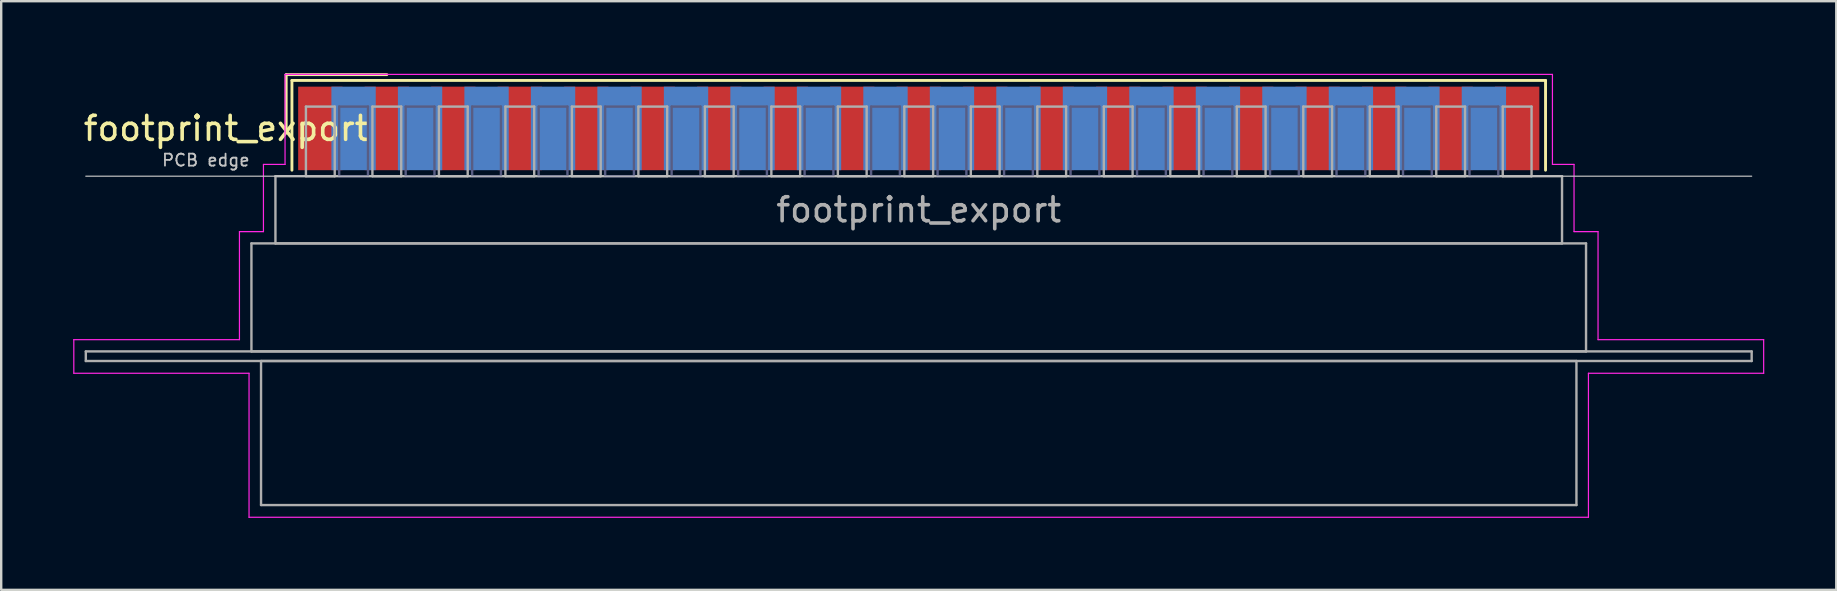
<source format=kicad_pcb>
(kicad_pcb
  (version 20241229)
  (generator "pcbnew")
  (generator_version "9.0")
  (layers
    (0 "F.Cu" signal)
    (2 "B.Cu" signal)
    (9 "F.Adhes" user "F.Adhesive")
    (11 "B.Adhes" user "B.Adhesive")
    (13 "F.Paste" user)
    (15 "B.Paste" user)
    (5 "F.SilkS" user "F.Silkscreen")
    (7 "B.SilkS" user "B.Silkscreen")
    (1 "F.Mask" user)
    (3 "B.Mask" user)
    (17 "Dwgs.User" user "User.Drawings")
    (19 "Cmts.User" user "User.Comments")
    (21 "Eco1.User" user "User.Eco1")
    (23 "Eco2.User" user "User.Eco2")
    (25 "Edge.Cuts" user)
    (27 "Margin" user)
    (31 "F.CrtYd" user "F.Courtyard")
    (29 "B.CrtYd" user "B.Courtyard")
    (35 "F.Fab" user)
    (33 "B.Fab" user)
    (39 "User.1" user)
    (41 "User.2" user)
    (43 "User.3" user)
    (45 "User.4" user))
  (footprint "footprint_export"
    (layer "F.Cu")
    (at 35.225 2.3)
    (property "Reference" "footprint_export" (at -28.853 0 0) (layer "F.SilkS") (effects (font (size 1 1) (thickness 0.15))))
    (attr smd)
    (fp_line (start -26.353 -2.24) (end -22.16 -2.24) (stroke (width 0.12) (type solid)) (layer "F.SilkS"))
    (fp_line (start -26.353 0) (end -26.353 -2.24) (stroke (width 0.12) (type solid)) (layer "F.SilkS"))
    (fp_line (start -26.113 -2) (end -26.113 1.74) (stroke (width 0.12) (type solid)) (layer "F.SilkS"))
    (fp_line (start 26.113 -2) (end -26.113 -2) (stroke (width 0.12) (type solid)) (layer "F.SilkS"))
    (fp_line (start 26.113 1.74) (end 26.113 -2) (stroke (width 0.12) (type solid)) (layer "F.SilkS"))
    (fp_line (start -34.7 1.99) (end 34.7 1.99) (stroke (width 0.05) (type solid)) (layer "Dwgs.User"))
    (fp_line (start -35.2 8.8) (end -28.3 8.8) (stroke (width 0.05) (type solid)) (layer "F.CrtYd"))
    (fp_line (start -35.2 10.2) (end -35.2 8.8) (stroke (width 0.05) (type solid)) (layer "F.CrtYd"))
    (fp_line (start -28.3 4.3) (end -27.3 4.3) (stroke (width 0.05) (type solid)) (layer "F.CrtYd"))
    (fp_line (start -28.3 8.8) (end -28.3 4.3) (stroke (width 0.05) (type solid)) (layer "F.CrtYd"))
    (fp_line (start -27.9 10.2) (end -35.2 10.2) (stroke (width 0.05) (type solid)) (layer "F.CrtYd"))
    (fp_line (start -27.9 16.2) (end -27.9 10.2) (stroke (width 0.05) (type solid)) (layer "F.CrtYd"))
    (fp_line (start -27.3 1.5) (end -26.4 1.5) (stroke (width 0.05) (type solid)) (layer "F.CrtYd"))
    (fp_line (start -27.3 4.3) (end -27.3 1.5) (stroke (width 0.05) (type solid)) (layer "F.CrtYd"))
    (fp_line (start -26.4 -2.25) (end 26.4 -2.25) (stroke (width 0.05) (type solid)) (layer "F.CrtYd"))
    (fp_line (start -26.4 1.5) (end -26.4 -2.25) (stroke (width 0.05) (type solid)) (layer "F.CrtYd"))
    (fp_line (start 26.4 -2.25) (end 26.4 1.5) (stroke (width 0.05) (type solid)) (layer "F.CrtYd"))
    (fp_line (start 26.4 1.5) (end 27.3 1.5) (stroke (width 0.05) (type solid)) (layer "F.CrtYd"))
    (fp_line (start 27.3 1.5) (end 27.3 4.3) (stroke (width 0.05) (type solid)) (layer "F.CrtYd"))
    (fp_line (start 27.3 4.3) (end 28.3 4.3) (stroke (width 0.05) (type solid)) (layer "F.CrtYd"))
    (fp_line (start 27.9 10.2) (end 27.9 16.2) (stroke (width 0.05) (type solid)) (layer "F.CrtYd"))
    (fp_line (start 27.9 16.2) (end -27.9 16.2) (stroke (width 0.05) (type solid)) (layer "F.CrtYd"))
    (fp_line (start 28.3 4.3) (end 28.3 8.8) (stroke (width 0.05) (type solid)) (layer "F.CrtYd"))
    (fp_line (start 28.3 8.8) (end 35.2 8.8) (stroke (width 0.05) (type solid)) (layer "F.CrtYd"))
    (fp_line (start 35.2 8.8) (end 35.2 10.2) (stroke (width 0.05) (type solid)) (layer "F.CrtYd"))
    (fp_line (start 35.2 10.2) (end 27.9 10.2) (stroke (width 0.05) (type solid)) (layer "F.CrtYd"))
    (fp_line (start -24.145 -0.91) (end -24.145 1.99) (stroke (width 0.1) (type solid)) (layer "B.Fab"))
    (fp_line (start -24.145 1.99) (end -22.945 1.99) (stroke (width 0.1) (type solid)) (layer "B.Fab"))
    (fp_line (start -22.945 -0.91) (end -24.145 -0.91) (stroke (width 0.1) (type solid)) (layer "B.Fab"))
    (fp_line (start -22.945 1.99) (end -22.945 -0.91) (stroke (width 0.1) (type solid)) (layer "B.Fab"))
    (fp_line (start -21.375 -0.91) (end -21.375 1.99) (stroke (width 0.1) (type solid)) (layer "B.Fab"))
    (fp_line (start -21.375 1.99) (end -20.175 1.99) (stroke (width 0.1) (type solid)) (layer "B.Fab"))
    (fp_line (start -20.175 -0.91) (end -21.375 -0.91) (stroke (width 0.1) (type solid)) (layer "B.Fab"))
    (fp_line (start -20.175 1.99) (end -20.175 -0.91) (stroke (width 0.1) (type solid)) (layer "B.Fab"))
    (fp_line (start -18.605 -0.91) (end -18.605 1.99) (stroke (width 0.1) (type solid)) (layer "B.Fab"))
    (fp_line (start -18.605 1.99) (end -17.405 1.99) (stroke (width 0.1) (type solid)) (layer "B.Fab"))
    (fp_line (start -17.405 -0.91) (end -18.605 -0.91) (stroke (width 0.1) (type solid)) (layer "B.Fab"))
    (fp_line (start -17.405 1.99) (end -17.405 -0.91) (stroke (width 0.1) (type solid)) (layer "B.Fab"))
    (fp_line (start -15.835 -0.91) (end -15.835 1.99) (stroke (width 0.1) (type solid)) (layer "B.Fab"))
    (fp_line (start -15.835 1.99) (end -14.635 1.99) (stroke (width 0.1) (type solid)) (layer "B.Fab"))
    (fp_line (start -14.635 -0.91) (end -15.835 -0.91) (stroke (width 0.1) (type solid)) (layer "B.Fab"))
    (fp_line (start -14.635 1.99) (end -14.635 -0.91) (stroke (width 0.1) (type solid)) (layer "B.Fab"))
    (fp_line (start -13.065 -0.91) (end -13.065 1.99) (stroke (width 0.1) (type solid)) (layer "B.Fab"))
    (fp_line (start -13.065 1.99) (end -11.865 1.99) (stroke (width 0.1) (type solid)) (layer "B.Fab"))
    (fp_line (start -11.865 -0.91) (end -13.065 -0.91) (stroke (width 0.1) (type solid)) (layer "B.Fab"))
    (fp_line (start -11.865 1.99) (end -11.865 -0.91) (stroke (width 0.1) (type solid)) (layer "B.Fab"))
    (fp_line (start -10.295 -0.91) (end -10.295 1.99) (stroke (width 0.1) (type solid)) (layer "B.Fab"))
    (fp_line (start -10.295 1.99) (end -9.095 1.99) (stroke (width 0.1) (type solid)) (layer "B.Fab"))
    (fp_line (start -9.095 -0.91) (end -10.295 -0.91) (stroke (width 0.1) (type solid)) (layer "B.Fab"))
    (fp_line (start -9.095 1.99) (end -9.095 -0.91) (stroke (width 0.1) (type solid)) (layer "B.Fab"))
    (fp_line (start -7.525 -0.91) (end -7.525 1.99) (stroke (width 0.1) (type solid)) (layer "B.Fab"))
    (fp_line (start -7.525 1.99) (end -6.325 1.99) (stroke (width 0.1) (type solid)) (layer "B.Fab"))
    (fp_line (start -6.325 -0.91) (end -7.525 -0.91) (stroke (width 0.1) (type solid)) (layer "B.Fab"))
    (fp_line (start -6.325 1.99) (end -6.325 -0.91) (stroke (width 0.1) (type solid)) (layer "B.Fab"))
    (fp_line (start -4.755 -0.91) (end -4.755 1.99) (stroke (width 0.1) (type solid)) (layer "B.Fab"))
    (fp_line (start -4.755 1.99) (end -3.555 1.99) (stroke (width 0.1) (type solid)) (layer "B.Fab"))
    (fp_line (start -3.555 -0.91) (end -4.755 -0.91) (stroke (width 0.1) (type solid)) (layer "B.Fab"))
    (fp_line (start -3.555 1.99) (end -3.555 -0.91) (stroke (width 0.1) (type solid)) (layer "B.Fab"))
    (fp_line (start -1.985 -0.91) (end -1.985 1.99) (stroke (width 0.1) (type solid)) (layer "B.Fab"))
    (fp_line (start -1.985 1.99) (end -0.785 1.99) (stroke (width 0.1) (type solid)) (layer "B.Fab"))
    (fp_line (start -0.785 -0.91) (end -1.985 -0.91) (stroke (width 0.1) (type solid)) (layer "B.Fab"))
    (fp_line (start -0.785 1.99) (end -0.785 -0.91) (stroke (width 0.1) (type solid)) (layer "B.Fab"))
    (fp_line (start 0.785 -0.91) (end 0.785 1.99) (stroke (width 0.1) (type solid)) (layer "B.Fab"))
    (fp_line (start 0.785 1.99) (end 1.985 1.99) (stroke (width 0.1) (type solid)) (layer "B.Fab"))
    (fp_line (start 1.985 -0.91) (end 0.785 -0.91) (stroke (width 0.1) (type solid)) (layer "B.Fab"))
    (fp_line (start 1.985 1.99) (end 1.985 -0.91) (stroke (width 0.1) (type solid)) (layer "B.Fab"))
    (fp_line (start 3.555 -0.91) (end 3.555 1.99) (stroke (width 0.1) (type solid)) (layer "B.Fab"))
    (fp_line (start 3.555 1.99) (end 4.755 1.99) (stroke (width 0.1) (type solid)) (layer "B.Fab"))
    (fp_line (start 4.755 -0.91) (end 3.555 -0.91) (stroke (width 0.1) (type solid)) (layer "B.Fab"))
    (fp_line (start 4.755 1.99) (end 4.755 -0.91) (stroke (width 0.1) (type solid)) (layer "B.Fab"))
    (fp_line (start 6.325 -0.91) (end 6.325 1.99) (stroke (width 0.1) (type solid)) (layer "B.Fab"))
    (fp_line (start 6.325 1.99) (end 7.525 1.99) (stroke (width 0.1) (type solid)) (layer "B.Fab"))
    (fp_line (start 7.525 -0.91) (end 6.325 -0.91) (stroke (width 0.1) (type solid)) (layer "B.Fab"))
    (fp_line (start 7.525 1.99) (end 7.525 -0.91) (stroke (width 0.1) (type solid)) (layer "B.Fab"))
    (fp_line (start 9.095 -0.91) (end 9.095 1.99) (stroke (width 0.1) (type solid)) (layer "B.Fab"))
    (fp_line (start 9.095 1.99) (end 10.295 1.99) (stroke (width 0.1) (type solid)) (layer "B.Fab"))
    (fp_line (start 10.295 -0.91) (end 9.095 -0.91) (stroke (width 0.1) (type solid)) (layer "B.Fab"))
    (fp_line (start 10.295 1.99) (end 10.295 -0.91) (stroke (width 0.1) (type solid)) (layer "B.Fab"))
    (fp_line (start 11.865 -0.91) (end 11.865 1.99) (stroke (width 0.1) (type solid)) (layer "B.Fab"))
    (fp_line (start 11.865 1.99) (end 13.065 1.99) (stroke (width 0.1) (type solid)) (layer "B.Fab"))
    (fp_line (start 13.065 -0.91) (end 11.865 -0.91) (stroke (width 0.1) (type solid)) (layer "B.Fab"))
    (fp_line (start 13.065 1.99) (end 13.065 -0.91) (stroke (width 0.1) (type solid)) (layer "B.Fab"))
    (fp_line (start 14.635 -0.91) (end 14.635 1.99) (stroke (width 0.1) (type solid)) (layer "B.Fab"))
    (fp_line (start 14.635 1.99) (end 15.835 1.99) (stroke (width 0.1) (type solid)) (layer "B.Fab"))
    (fp_line (start 15.835 -0.91) (end 14.635 -0.91) (stroke (width 0.1) (type solid)) (layer "B.Fab"))
    (fp_line (start 15.835 1.99) (end 15.835 -0.91) (stroke (width 0.1) (type solid)) (layer "B.Fab"))
    (fp_line (start 17.405 -0.91) (end 17.405 1.99) (stroke (width 0.1) (type solid)) (layer "B.Fab"))
    (fp_line (start 17.405 1.99) (end 18.605 1.99) (stroke (width 0.1) (type solid)) (layer "B.Fab"))
    (fp_line (start 18.605 -0.91) (end 17.405 -0.91) (stroke (width 0.1) (type solid)) (layer "B.Fab"))
    (fp_line (start 18.605 1.99) (end 18.605 -0.91) (stroke (width 0.1) (type solid)) (layer "B.Fab"))
    (fp_line (start 20.175 -0.91) (end 20.175 1.99) (stroke (width 0.1) (type solid)) (layer "B.Fab"))
    (fp_line (start 20.175 1.99) (end 21.375 1.99) (stroke (width 0.1) (type solid)) (layer "B.Fab"))
    (fp_line (start 21.375 -0.91) (end 20.175 -0.91) (stroke (width 0.1) (type solid)) (layer "B.Fab"))
    (fp_line (start 21.375 1.99) (end 21.375 -0.91) (stroke (width 0.1) (type solid)) (layer "B.Fab"))
    (fp_line (start 22.945 -0.91) (end 22.945 1.99) (stroke (width 0.1) (type solid)) (layer "B.Fab"))
    (fp_line (start 22.945 1.99) (end 24.145 1.99) (stroke (width 0.1) (type solid)) (layer "B.Fab"))
    (fp_line (start 24.145 -0.91) (end 22.945 -0.91) (stroke (width 0.1) (type solid)) (layer "B.Fab"))
    (fp_line (start 24.145 1.99) (end 24.145 -0.91) (stroke (width 0.1) (type solid)) (layer "B.Fab"))
    (fp_line (start -34.7 9.29) (end -34.7 9.69) (stroke (width 0.1) (type solid)) (layer "F.Fab"))
    (fp_line (start -34.7 9.69) (end 34.7 9.69) (stroke (width 0.1) (type solid)) (layer "F.Fab"))
    (fp_line (start -27.8 4.79) (end -27.8 9.29) (stroke (width 0.1) (type solid)) (layer "F.Fab"))
    (fp_line (start -27.8 9.29) (end 27.8 9.29) (stroke (width 0.1) (type solid)) (layer "F.Fab"))
    (fp_line (start -27.4 9.69) (end -27.4 15.69) (stroke (width 0.1) (type solid)) (layer "F.Fab"))
    (fp_line (start -27.4 15.69) (end 27.4 15.69) (stroke (width 0.1) (type solid)) (layer "F.Fab"))
    (fp_line (start -26.8 1.99) (end -26.8 4.79) (stroke (width 0.1) (type solid)) (layer "F.Fab"))
    (fp_line (start -26.8 4.79) (end 26.8 4.79) (stroke (width 0.1) (type solid)) (layer "F.Fab"))
    (fp_line (start -25.53 -0.91) (end -25.53 1.99) (stroke (width 0.1) (type solid)) (layer "F.Fab"))
    (fp_line (start -25.53 1.99) (end -24.33 1.99) (stroke (width 0.1) (type solid)) (layer "F.Fab"))
    (fp_line (start -24.33 -0.91) (end -25.53 -0.91) (stroke (width 0.1) (type solid)) (layer "F.Fab"))
    (fp_line (start -24.33 1.99) (end -24.33 -0.91) (stroke (width 0.1) (type solid)) (layer "F.Fab"))
    (fp_line (start -22.76 -0.91) (end -22.76 1.99) (stroke (width 0.1) (type solid)) (layer "F.Fab"))
    (fp_line (start -22.76 1.99) (end -21.56 1.99) (stroke (width 0.1) (type solid)) (layer "F.Fab"))
    (fp_line (start -21.56 -0.91) (end -22.76 -0.91) (stroke (width 0.1) (type solid)) (layer "F.Fab"))
    (fp_line (start -21.56 1.99) (end -21.56 -0.91) (stroke (width 0.1) (type solid)) (layer "F.Fab"))
    (fp_line (start -19.99 -0.91) (end -19.99 1.99) (stroke (width 0.1) (type solid)) (layer "F.Fab"))
    (fp_line (start -19.99 1.99) (end -18.79 1.99) (stroke (width 0.1) (type solid)) (layer "F.Fab"))
    (fp_line (start -18.79 -0.91) (end -19.99 -0.91) (stroke (width 0.1) (type solid)) (layer "F.Fab"))
    (fp_line (start -18.79 1.99) (end -18.79 -0.91) (stroke (width 0.1) (type solid)) (layer "F.Fab"))
    (fp_line (start -17.22 -0.91) (end -17.22 1.99) (stroke (width 0.1) (type solid)) (layer "F.Fab"))
    (fp_line (start -17.22 1.99) (end -16.02 1.99) (stroke (width 0.1) (type solid)) (layer "F.Fab"))
    (fp_line (start -16.02 -0.91) (end -17.22 -0.91) (stroke (width 0.1) (type solid)) (layer "F.Fab"))
    (fp_line (start -16.02 1.99) (end -16.02 -0.91) (stroke (width 0.1) (type solid)) (layer "F.Fab"))
    (fp_line (start -14.45 -0.91) (end -14.45 1.99) (stroke (width 0.1) (type solid)) (layer "F.Fab"))
    (fp_line (start -14.45 1.99) (end -13.25 1.99) (stroke (width 0.1) (type solid)) (layer "F.Fab"))
    (fp_line (start -13.25 -0.91) (end -14.45 -0.91) (stroke (width 0.1) (type solid)) (layer "F.Fab"))
    (fp_line (start -13.25 1.99) (end -13.25 -0.91) (stroke (width 0.1) (type solid)) (layer "F.Fab"))
    (fp_line (start -11.68 -0.91) (end -11.68 1.99) (stroke (width 0.1) (type solid)) (layer "F.Fab"))
    (fp_line (start -11.68 1.99) (end -10.48 1.99) (stroke (width 0.1) (type solid)) (layer "F.Fab"))
    (fp_line (start -10.48 -0.91) (end -11.68 -0.91) (stroke (width 0.1) (type solid)) (layer "F.Fab"))
    (fp_line (start -10.48 1.99) (end -10.48 -0.91) (stroke (width 0.1) (type solid)) (layer "F.Fab"))
    (fp_line (start -8.91 -0.91) (end -8.91 1.99) (stroke (width 0.1) (type solid)) (layer "F.Fab"))
    (fp_line (start -8.91 1.99) (end -7.71 1.99) (stroke (width 0.1) (type solid)) (layer "F.Fab"))
    (fp_line (start -7.71 -0.91) (end -8.91 -0.91) (stroke (width 0.1) (type solid)) (layer "F.Fab"))
    (fp_line (start -7.71 1.99) (end -7.71 -0.91) (stroke (width 0.1) (type solid)) (layer "F.Fab"))
    (fp_line (start -6.14 -0.91) (end -6.14 1.99) (stroke (width 0.1) (type solid)) (layer "F.Fab"))
    (fp_line (start -6.14 1.99) (end -4.94 1.99) (stroke (width 0.1) (type solid)) (layer "F.Fab"))
    (fp_line (start -4.94 -0.91) (end -6.14 -0.91) (stroke (width 0.1) (type solid)) (layer "F.Fab"))
    (fp_line (start -4.94 1.99) (end -4.94 -0.91) (stroke (width 0.1) (type solid)) (layer "F.Fab"))
    (fp_line (start -3.37 -0.91) (end -3.37 1.99) (stroke (width 0.1) (type solid)) (layer "F.Fab"))
    (fp_line (start -3.37 1.99) (end -2.17 1.99) (stroke (width 0.1) (type solid)) (layer "F.Fab"))
    (fp_line (start -2.17 -0.91) (end -3.37 -0.91) (stroke (width 0.1) (type solid)) (layer "F.Fab"))
    (fp_line (start -2.17 1.99) (end -2.17 -0.91) (stroke (width 0.1) (type solid)) (layer "F.Fab"))
    (fp_line (start -0.6 -0.91) (end -0.6 1.99) (stroke (width 0.1) (type solid)) (layer "F.Fab"))
    (fp_line (start -0.6 1.99) (end 0.6 1.99) (stroke (width 0.1) (type solid)) (layer "F.Fab"))
    (fp_line (start 0.6 -0.91) (end -0.6 -0.91) (stroke (width 0.1) (type solid)) (layer "F.Fab"))
    (fp_line (start 0.6 1.99) (end 0.6 -0.91) (stroke (width 0.1) (type solid)) (layer "F.Fab"))
    (fp_line (start 2.17 -0.91) (end 2.17 1.99) (stroke (width 0.1) (type solid)) (layer "F.Fab"))
    (fp_line (start 2.17 1.99) (end 3.37 1.99) (stroke (width 0.1) (type solid)) (layer "F.Fab"))
    (fp_line (start 3.37 -0.91) (end 2.17 -0.91) (stroke (width 0.1) (type solid)) (layer "F.Fab"))
    (fp_line (start 3.37 1.99) (end 3.37 -0.91) (stroke (width 0.1) (type solid)) (layer "F.Fab"))
    (fp_line (start 4.94 -0.91) (end 4.94 1.99) (stroke (width 0.1) (type solid)) (layer "F.Fab"))
    (fp_line (start 4.94 1.99) (end 6.14 1.99) (stroke (width 0.1) (type solid)) (layer "F.Fab"))
    (fp_line (start 6.14 -0.91) (end 4.94 -0.91) (stroke (width 0.1) (type solid)) (layer "F.Fab"))
    (fp_line (start 6.14 1.99) (end 6.14 -0.91) (stroke (width 0.1) (type solid)) (layer "F.Fab"))
    (fp_line (start 7.71 -0.91) (end 7.71 1.99) (stroke (width 0.1) (type solid)) (layer "F.Fab"))
    (fp_line (start 7.71 1.99) (end 8.91 1.99) (stroke (width 0.1) (type solid)) (layer "F.Fab"))
    (fp_line (start 8.91 -0.91) (end 7.71 -0.91) (stroke (width 0.1) (type solid)) (layer "F.Fab"))
    (fp_line (start 8.91 1.99) (end 8.91 -0.91) (stroke (width 0.1) (type solid)) (layer "F.Fab"))
    (fp_line (start 10.48 -0.91) (end 10.48 1.99) (stroke (width 0.1) (type solid)) (layer "F.Fab"))
    (fp_line (start 10.48 1.99) (end 11.68 1.99) (stroke (width 0.1) (type solid)) (layer "F.Fab"))
    (fp_line (start 11.68 -0.91) (end 10.48 -0.91) (stroke (width 0.1) (type solid)) (layer "F.Fab"))
    (fp_line (start 11.68 1.99) (end 11.68 -0.91) (stroke (width 0.1) (type solid)) (layer "F.Fab"))
    (fp_line (start 13.25 -0.91) (end 13.25 1.99) (stroke (width 0.1) (type solid)) (layer "F.Fab"))
    (fp_line (start 13.25 1.99) (end 14.45 1.99) (stroke (width 0.1) (type solid)) (layer "F.Fab"))
    (fp_line (start 14.45 -0.91) (end 13.25 -0.91) (stroke (width 0.1) (type solid)) (layer "F.Fab"))
    (fp_line (start 14.45 1.99) (end 14.45 -0.91) (stroke (width 0.1) (type solid)) (layer "F.Fab"))
    (fp_line (start 16.02 -0.91) (end 16.02 1.99) (stroke (width 0.1) (type solid)) (layer "F.Fab"))
    (fp_line (start 16.02 1.99) (end 17.22 1.99) (stroke (width 0.1) (type solid)) (layer "F.Fab"))
    (fp_line (start 17.22 -0.91) (end 16.02 -0.91) (stroke (width 0.1) (type solid)) (layer "F.Fab"))
    (fp_line (start 17.22 1.99) (end 17.22 -0.91) (stroke (width 0.1) (type solid)) (layer "F.Fab"))
    (fp_line (start 18.79 -0.91) (end 18.79 1.99) (stroke (width 0.1) (type solid)) (layer "F.Fab"))
    (fp_line (start 18.79 1.99) (end 19.99 1.99) (stroke (width 0.1) (type solid)) (layer "F.Fab"))
    (fp_line (start 19.99 -0.91) (end 18.79 -0.91) (stroke (width 0.1) (type solid)) (layer "F.Fab"))
    (fp_line (start 19.99 1.99) (end 19.99 -0.91) (stroke (width 0.1) (type solid)) (layer "F.Fab"))
    (fp_line (start 21.56 -0.91) (end 21.56 1.99) (stroke (width 0.1) (type solid)) (layer "F.Fab"))
    (fp_line (start 21.56 1.99) (end 22.76 1.99) (stroke (width 0.1) (type solid)) (layer "F.Fab"))
    (fp_line (start 22.76 -0.91) (end 21.56 -0.91) (stroke (width 0.1) (type solid)) (layer "F.Fab"))
    (fp_line (start 22.76 1.99) (end 22.76 -0.91) (stroke (width 0.1) (type solid)) (layer "F.Fab"))
    (fp_line (start 24.33 -0.91) (end 24.33 1.99) (stroke (width 0.1) (type solid)) (layer "F.Fab"))
    (fp_line (start 24.33 1.99) (end 25.53 1.99) (stroke (width 0.1) (type solid)) (layer "F.Fab"))
    (fp_line (start 25.53 -0.91) (end 24.33 -0.91) (stroke (width 0.1) (type solid)) (layer "F.Fab"))
    (fp_line (start 25.53 1.99) (end 25.53 -0.91) (stroke (width 0.1) (type solid)) (layer "F.Fab"))
    (fp_line (start 26.8 1.99) (end -26.8 1.99) (stroke (width 0.1) (type solid)) (layer "F.Fab"))
    (fp_line (start 26.8 4.79) (end 26.8 1.99) (stroke (width 0.1) (type solid)) (layer "F.Fab"))
    (fp_line (start 27.4 9.69) (end -27.4 9.69) (stroke (width 0.1) (type solid)) (layer "F.Fab"))
    (fp_line (start 27.4 15.69) (end 27.4 9.69) (stroke (width 0.1) (type solid)) (layer "F.Fab"))
    (fp_line (start 27.8 4.79) (end -27.8 4.79) (stroke (width 0.1) (type solid)) (layer "F.Fab"))
    (fp_line (start 27.8 9.29) (end 27.8 4.79) (stroke (width 0.1) (type solid)) (layer "F.Fab"))
    (fp_line (start 34.7 9.29) (end -34.7 9.29) (stroke (width 0.1) (type solid)) (layer "F.Fab"))
    (fp_line (start 34.7 9.69) (end 34.7 9.29) (stroke (width 0.1) (type solid)) (layer "F.Fab"))
    (fp_text user "PCB edge" (at -29.7 1.323 0) (layer "Dwgs.User") (effects (font (size 0.5 0.5) (thickness 0.075))))
    (fp_text user "${REFERENCE}" (at 0 3.39 0) (layer "F.Fab") (effects (font (size 1 1) (thickness 0.15))))
    (pad "1" smd rect (at -24.93 0) (size 1.847 3.48) (layers "F.Cu" "F.Mask" "F.Paste"))
    (pad "2" smd rect (at -22.16 0) (size 1.847 3.48) (layers "F.Cu" "F.Mask" "F.Paste"))
    (pad "3" smd rect (at -19.39 0) (size 1.847 3.48) (layers "F.Cu" "F.Mask" "F.Paste"))
    (pad "4" smd rect (at -16.62 0) (size 1.847 3.48) (layers "F.Cu" "F.Mask" "F.Paste"))
    (pad "5" smd rect (at -13.85 0) (size 1.847 3.48) (layers "F.Cu" "F.Mask" "F.Paste"))
    (pad "6" smd rect (at -11.08 0) (size 1.847 3.48) (layers "F.Cu" "F.Mask" "F.Paste"))
    (pad "7" smd rect (at -8.31 0) (size 1.847 3.48) (layers "F.Cu" "F.Mask" "F.Paste"))
    (pad "8" smd rect (at -5.54 0) (size 1.847 3.48) (layers "F.Cu" "F.Mask" "F.Paste"))
    (pad "9" smd rect (at -2.77 0) (size 1.847 3.48) (layers "F.Cu" "F.Mask" "F.Paste"))
    (pad "10" smd rect (at 0 0) (size 1.847 3.48) (layers "F.Cu" "F.Mask" "F.Paste"))
    (pad "11" smd rect (at 2.77 0) (size 1.847 3.48) (layers "F.Cu" "F.Mask" "F.Paste"))
    (pad "12" smd rect (at 5.54 0) (size 1.847 3.48) (layers "F.Cu" "F.Mask" "F.Paste"))
    (pad "13" smd rect (at 8.31 0) (size 1.847 3.48) (layers "F.Cu" "F.Mask" "F.Paste"))
    (pad "14" smd rect (at 11.08 0) (size 1.847 3.48) (layers "F.Cu" "F.Mask" "F.Paste"))
    (pad "15" smd rect (at 13.85 0) (size 1.847 3.48) (layers "F.Cu" "F.Mask" "F.Paste"))
    (pad "16" smd rect (at 16.62 0) (size 1.847 3.48) (layers "F.Cu" "F.Mask" "F.Paste"))
    (pad "17" smd rect (at 19.39 0) (size 1.847 3.48) (layers "F.Cu" "F.Mask" "F.Paste"))
    (pad "18" smd rect (at 22.16 0) (size 1.847 3.48) (layers "F.Cu" "F.Mask" "F.Paste"))
    (pad "19" smd rect (at 24.93 0) (size 1.847 3.48) (layers "F.Cu" "F.Mask" "F.Paste"))
    (pad "20" smd rect (at -23.545 0) (size 1.847 3.48) (layers "B.Cu" "B.Mask" "B.Paste"))
    (pad "21" smd rect (at -20.775 0) (size 1.847 3.48) (layers "B.Cu" "B.Mask" "B.Paste"))
    (pad "22" smd rect (at -18.005 0) (size 1.847 3.48) (layers "B.Cu" "B.Mask" "B.Paste"))
    (pad "23" smd rect (at -15.235 0) (size 1.847 3.48) (layers "B.Cu" "B.Mask" "B.Paste"))
    (pad "24" smd rect (at -12.465 0) (size 1.847 3.48) (layers "B.Cu" "B.Mask" "B.Paste"))
    (pad "25" smd rect (at -9.695 0) (size 1.847 3.48) (layers "B.Cu" "B.Mask" "B.Paste"))
    (pad "26" smd rect (at -6.925 0) (size 1.847 3.48) (layers "B.Cu" "B.Mask" "B.Paste"))
    (pad "27" smd rect (at -4.155 0) (size 1.847 3.48) (layers "B.Cu" "B.Mask" "B.Paste"))
    (pad "28" smd rect (at -1.385 0) (size 1.847 3.48) (layers "B.Cu" "B.Mask" "B.Paste"))
    (pad "29" smd rect (at 1.385 0) (size 1.847 3.48) (layers "B.Cu" "B.Mask" "B.Paste"))
    (pad "30" smd rect (at 4.155 0) (size 1.847 3.48) (layers "B.Cu" "B.Mask" "B.Paste"))
    (pad "31" smd rect (at 6.925 0) (size 1.847 3.48) (layers "B.Cu" "B.Mask" "B.Paste"))
    (pad "32" smd rect (at 9.695 0) (size 1.847 3.48) (layers "B.Cu" "B.Mask" "B.Paste"))
    (pad "33" smd rect (at 12.465 0) (size 1.847 3.48) (layers "B.Cu" "B.Mask" "B.Paste"))
    (pad "34" smd rect (at 15.235 0) (size 1.847 3.48) (layers "B.Cu" "B.Mask" "B.Paste"))
    (pad "35" smd rect (at 18.005 0) (size 1.847 3.48) (layers "B.Cu" "B.Mask" "B.Paste"))
    (pad "36" smd rect (at 20.775 0) (size 1.847 3.48) (layers "B.Cu" "B.Mask" "B.Paste"))
    (pad "37" smd rect (at 23.545 0) (size 1.847 3.48) (layers "B.Cu" "B.Mask" "B.Paste")))
  (gr_rect
    (start -3 -3)
    (end 73.45 21.525)
    (stroke (width 0.1) (type default))
    (fill no)
    (layer "Edge.Cuts")))
</source>
